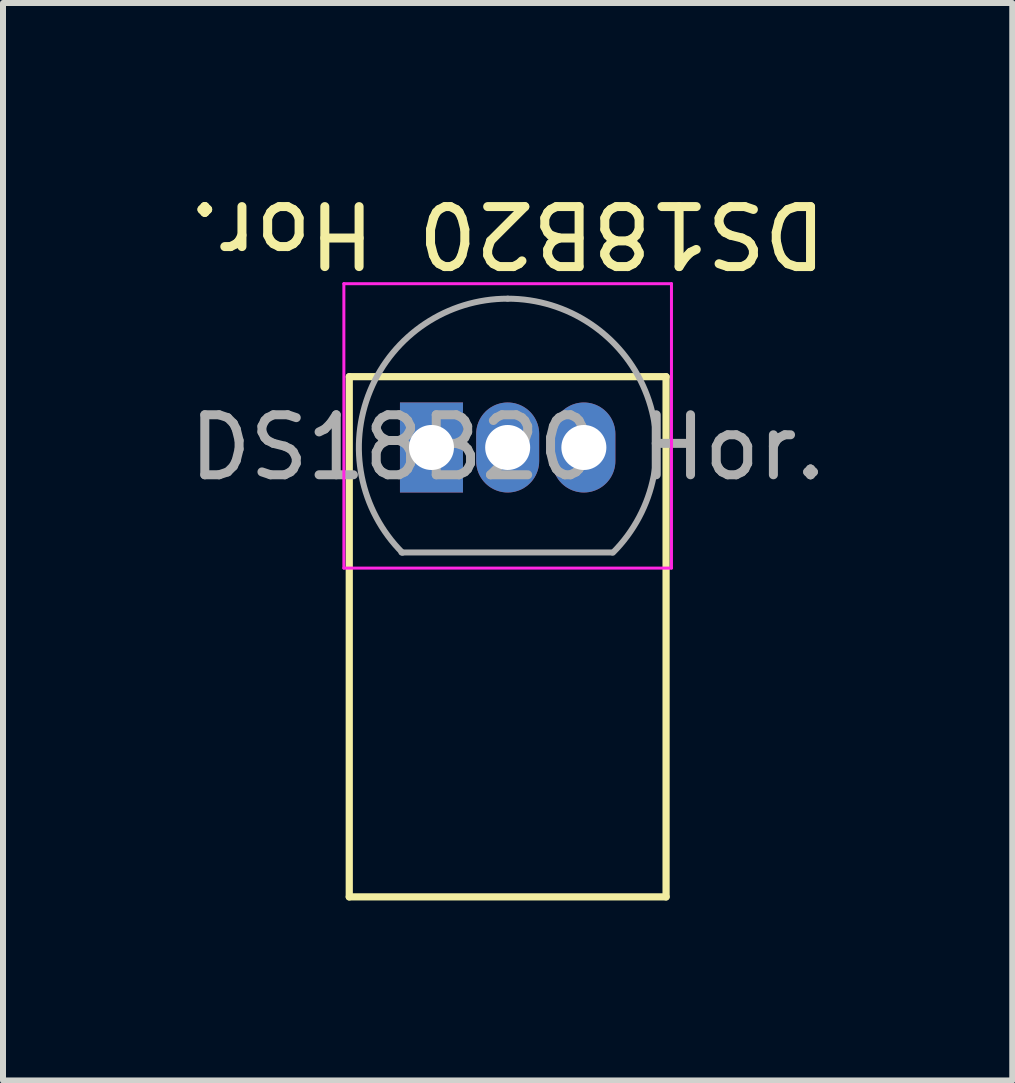
<source format=kicad_pcb>
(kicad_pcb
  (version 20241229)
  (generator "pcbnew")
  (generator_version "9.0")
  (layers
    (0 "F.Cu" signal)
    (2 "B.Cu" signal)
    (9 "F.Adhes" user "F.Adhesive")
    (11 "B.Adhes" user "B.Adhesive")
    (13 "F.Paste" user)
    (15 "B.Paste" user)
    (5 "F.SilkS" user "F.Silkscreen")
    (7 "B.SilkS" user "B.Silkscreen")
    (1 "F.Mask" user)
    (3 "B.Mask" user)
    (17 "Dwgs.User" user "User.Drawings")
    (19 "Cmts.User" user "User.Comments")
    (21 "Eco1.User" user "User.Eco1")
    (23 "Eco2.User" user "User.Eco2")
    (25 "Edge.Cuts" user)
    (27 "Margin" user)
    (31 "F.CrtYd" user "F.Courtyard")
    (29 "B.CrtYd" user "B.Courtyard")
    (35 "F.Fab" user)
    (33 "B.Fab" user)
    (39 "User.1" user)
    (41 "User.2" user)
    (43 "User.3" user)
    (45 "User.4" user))
  (footprint "DS18B20 Hor."
    (layer "F.Cu")
    (at 4.141 4.408)
    (property "Reference" "DS18B20 Hor." (at 1.27 -3.56 180) (unlocked yes) (layer "F.SilkS") (effects (font (size 1 1) (thickness 0.15))))
    (attr through_hole)
    (fp_line (start -1.37 -1.18) (end -1.37 7.49) (stroke (width 0.12) (type solid)) (layer "F.SilkS"))
    (fp_line (start -1.37 -1.18) (end 3.91 -1.18) (stroke (width 0.12) (type solid)) (layer "F.SilkS"))
    (fp_line (start -1.37 7.49) (end 3.91 7.49) (stroke (width 0.12) (type solid)) (layer "F.SilkS"))
    (fp_line (start 3.91 -1.18) (end 3.91 7.49) (stroke (width 0.12) (type solid)) (layer "F.SilkS"))
    (fp_line (start -1.46 -2.73) (end -1.46 2.01) (stroke (width 0.05) (type solid)) (layer "F.CrtYd"))
    (fp_line (start -1.46 -2.73) (end 4 -2.73) (stroke (width 0.05) (type solid)) (layer "F.CrtYd"))
    (fp_line (start 4 2.01) (end -1.46 2.01) (stroke (width 0.05) (type solid)) (layer "F.CrtYd"))
    (fp_line (start 4 2.01) (end 4 -2.73) (stroke (width 0.05) (type solid)) (layer "F.CrtYd"))
    (fp_line (start -0.5 1.75) (end 3 1.75) (stroke (width 0.1) (type solid)) (layer "F.Fab"))
    (fp_arc (start -0.483625 1.753625) (mid -1.021221 -0.949055) (end 1.27 -2.48) (stroke (width 0.1) (type solid)) (layer "F.Fab"))
    (fp_arc (start 1.27 -2.48) (mid 3.561221 -0.949055) (end 3.023625 1.753625) (stroke (width 0.1) (type solid)) (layer "F.Fab"))
    (fp_text user "${REFERENCE}" (at 1.27 0 180) (layer "F.Fab") (effects (font (size 1 1) (thickness 0.15))))
    (pad "1" thru_hole rect (at 0 0) (size 1.05 1.5) (drill 0.75) (layers "*.Cu" "*.Mask"))
    (pad "2" thru_hole oval (at 1.27 0) (size 1.05 1.5) (drill 0.75) (layers "*.Cu" "*.Mask"))
    (pad "3" thru_hole oval (at 2.54 0) (size 1.05 1.5) (drill 0.75) (layers "*.Cu" "*.Mask")))
  (gr_rect
    (start -3 -3)
    (end 13.821 14.958)
    (stroke (width 0.1) (type default))
    (fill no)
    (layer "Edge.Cuts")))
</source>
